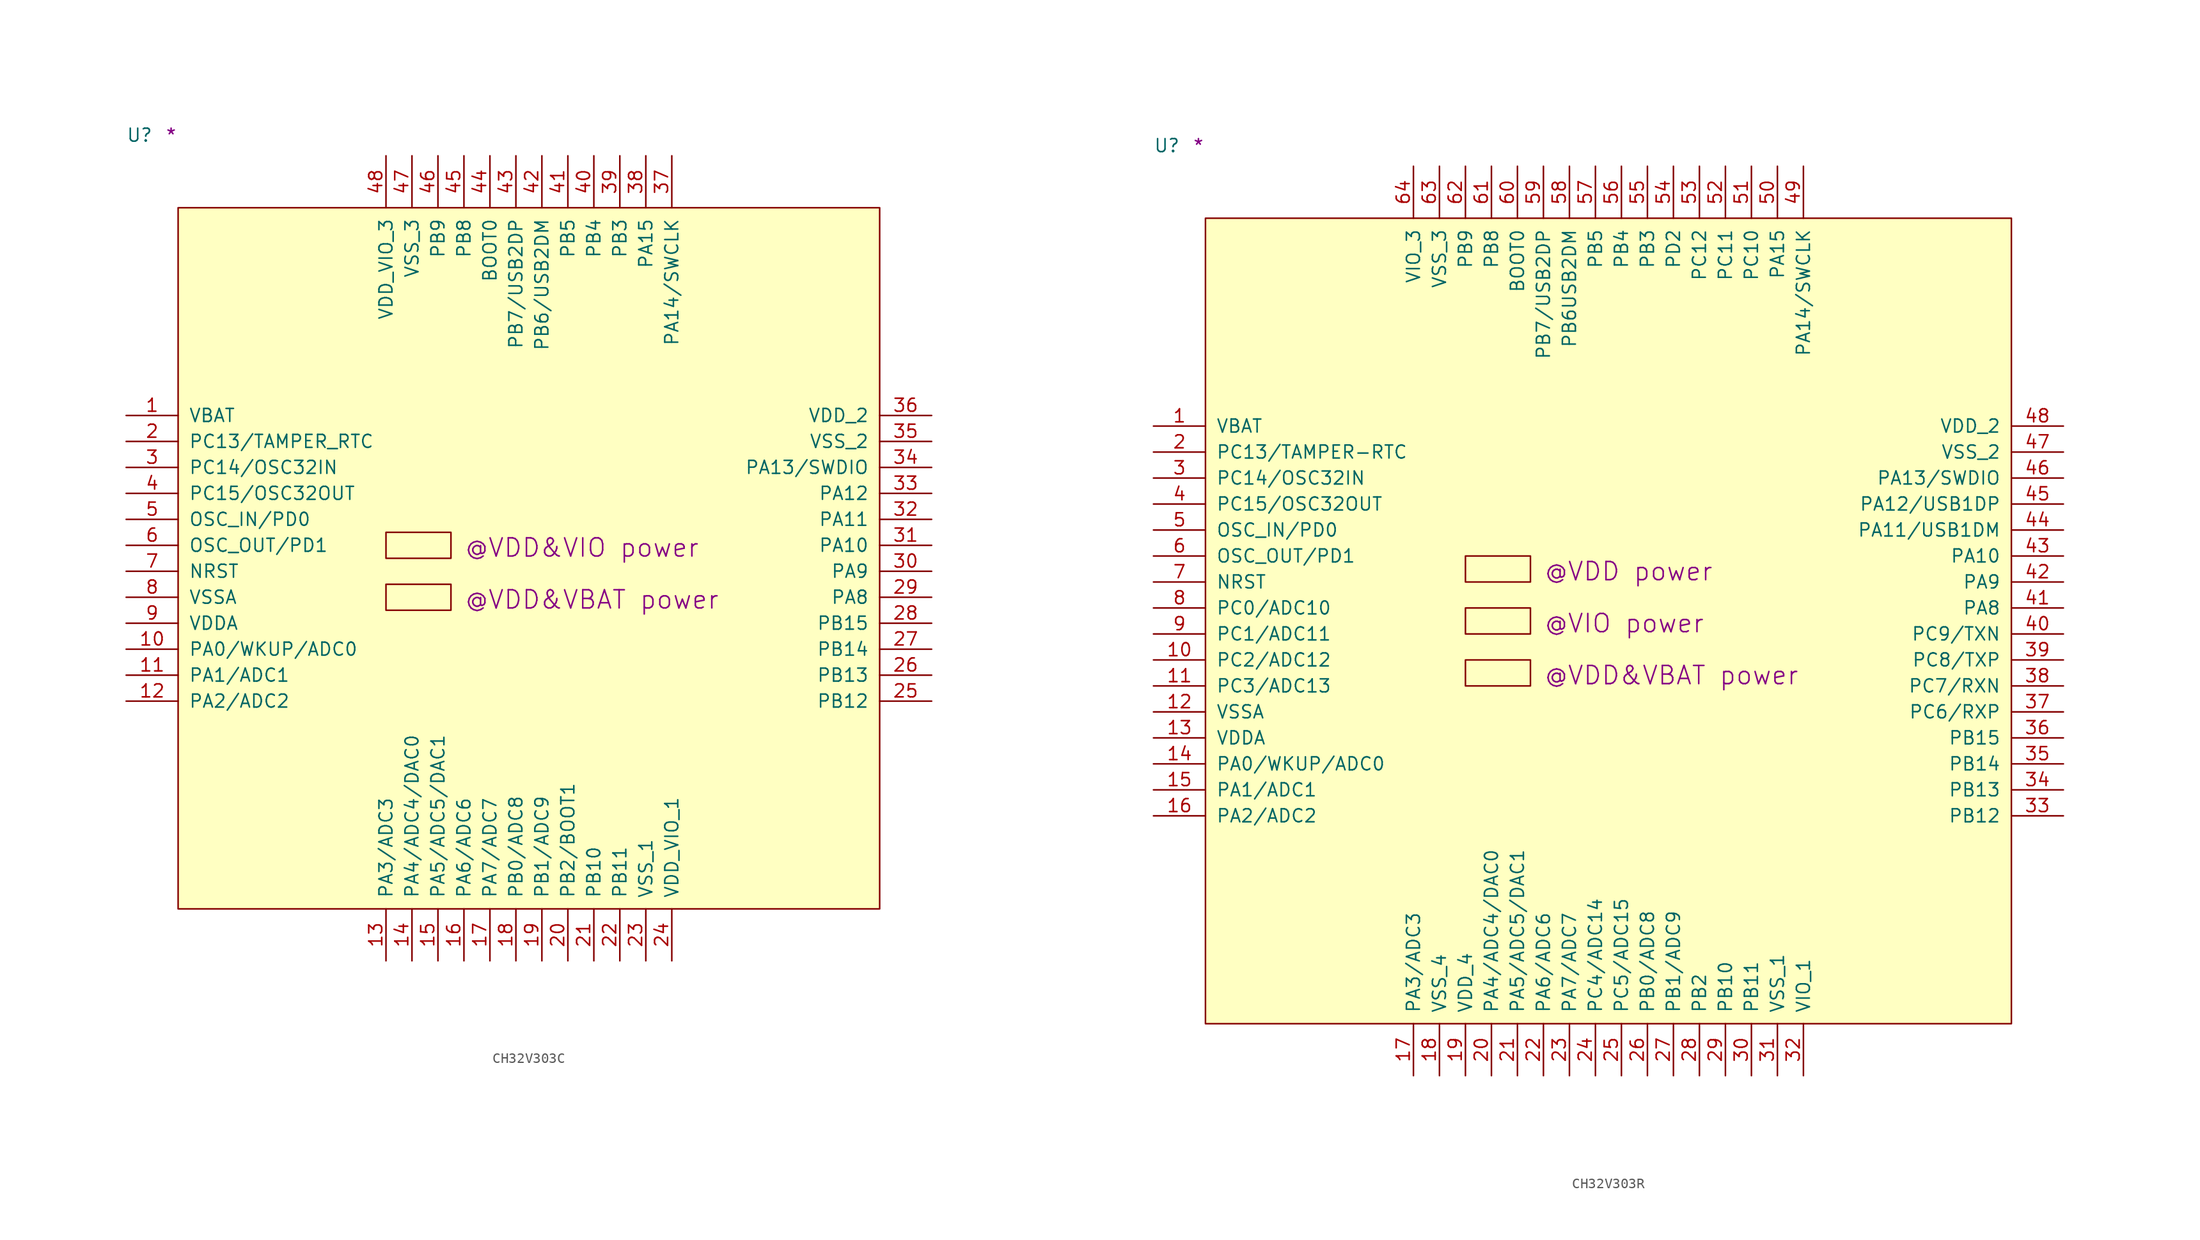
<source format=kicad_sym>
(kicad_symbol_lib
  (version 20211014)
  (generator kicad_symbol_editor)
  (symbol "CH32V303C"
    (pin_names
      (offset 1.016))
    (property "Reference" "U"
      (at -5.08 6.35 0)
      (effects (font (size 1.27 1.27)) (justify left bottom)))
    (property "user" "@VDD&VIO power"
      (at 27.94 -34.29 0)
      (effects (font (size 1.778 1.778)) (justify left bottom)))
    (property "user_1" "@VDD&VBAT power"
      (at 27.94 -39.37 0)
      (effects (font (size 1.778 1.778)) (justify left bottom)))
    (property "Comment" "*"
      (at -1.27 6.35 0)
      (effects (font (size 1.27 1.27)) (justify left bottom)))
    (symbol "CH32V303C_1_1"
      (rectangle (start 0 -68.58) (end 68.58 0) (stroke (width 0) (type default) (color 0 0 0 0)) (fill (type background)))
      (rectangle (start 20.32 -39.37) (end 26.67 -36.83) (stroke (width 0) (type default) (color 0 0 0 0)) (fill (type background)))
      (rectangle (start 20.32 -34.29) (end 26.67 -31.75) (stroke (width 0) (type default) (color 0 0 0 0)) (fill (type background)))
      (pin power_in line (at -5.08 -20.32 0) (length 5.08) (name "VBAT" (effects (font (size 1.27 1.27)))) (number "1" (effects (font (size 1.27 1.27)))))
      (pin bidirectional line (at -5.08 -43.18 0) (length 5.08) (name "PA0/WKUP/ADC0" (effects (font (size 1.27 1.27)))) (number "10" (effects (font (size 1.27 1.27)))))
      (pin bidirectional line (at -5.08 -45.72 0) (length 5.08) (name "PA1/ADC1" (effects (font (size 1.27 1.27)))) (number "11" (effects (font (size 1.27 1.27)))))
      (pin bidirectional line (at -5.08 -48.26 0) (length 5.08) (name "PA2/ADC2" (effects (font (size 1.27 1.27)))) (number "12" (effects (font (size 1.27 1.27)))))
      (pin bidirectional line (at 20.32 -73.66 90) (length 5.08) (name "PA3/ADC3" (effects (font (size 1.27 1.27)))) (number "13" (effects (font (size 1.27 1.27)))))
      (pin bidirectional line (at 22.86 -73.66 90) (length 5.08) (name "PA4/ADC4/DAC0" (effects (font (size 1.27 1.27)))) (number "14" (effects (font (size 1.27 1.27)))))
      (pin bidirectional line (at 25.4 -73.66 90) (length 5.08) (name "PA5/ADC5/DAC1" (effects (font (size 1.27 1.27)))) (number "15" (effects (font (size 1.27 1.27)))))
      (pin bidirectional line (at 27.94 -73.66 90) (length 5.08) (name "PA6/ADC6" (effects (font (size 1.27 1.27)))) (number "16" (effects (font (size 1.27 1.27)))))
      (pin bidirectional line (at 30.48 -73.66 90) (length 5.08) (name "PA7/ADC7" (effects (font (size 1.27 1.27)))) (number "17" (effects (font (size 1.27 1.27)))))
      (pin bidirectional line (at 33.02 -73.66 90) (length 5.08) (name "PB0/ADC8" (effects (font (size 1.27 1.27)))) (number "18" (effects (font (size 1.27 1.27)))))
      (pin bidirectional line (at 35.56 -73.66 90) (length 5.08) (name "PB1/ADC9" (effects (font (size 1.27 1.27)))) (number "19" (effects (font (size 1.27 1.27)))))
      (pin bidirectional line (at -5.08 -22.86 0) (length 5.08) (name "PC13/TAMPER_RTC" (effects (font (size 1.27 1.27)))) (number "2" (effects (font (size 1.27 1.27)))))
      (pin bidirectional line (at 38.1 -73.66 90) (length 5.08) (name "PB2/BOOT1" (effects (font (size 1.27 1.27)))) (number "20" (effects (font (size 1.27 1.27)))))
      (pin bidirectional line (at 40.64 -73.66 90) (length 5.08) (name "PB10" (effects (font (size 1.27 1.27)))) (number "21" (effects (font (size 1.27 1.27)))))
      (pin bidirectional line (at 43.18 -73.66 90) (length 5.08) (name "PB11" (effects (font (size 1.27 1.27)))) (number "22" (effects (font (size 1.27 1.27)))))
      (pin power_in line (at 45.72 -73.66 90) (length 5.08) (name "VSS_1" (effects (font (size 1.27 1.27)))) (number "23" (effects (font (size 1.27 1.27)))))
      (pin power_in line (at 48.26 -73.66 90) (length 5.08) (name "VDD_VIO_1" (effects (font (size 1.27 1.27)))) (number "24" (effects (font (size 1.27 1.27)))))
      (pin bidirectional line (at 73.66 -48.26 180) (length 5.08) (name "PB12" (effects (font (size 1.27 1.27)))) (number "25" (effects (font (size 1.27 1.27)))))
      (pin bidirectional line (at 73.66 -45.72 180) (length 5.08) (name "PB13" (effects (font (size 1.27 1.27)))) (number "26" (effects (font (size 1.27 1.27)))))
      (pin bidirectional line (at 73.66 -43.18 180) (length 5.08) (name "PB14" (effects (font (size 1.27 1.27)))) (number "27" (effects (font (size 1.27 1.27)))))
      (pin bidirectional line (at 73.66 -40.64 180) (length 5.08) (name "PB15" (effects (font (size 1.27 1.27)))) (number "28" (effects (font (size 1.27 1.27)))))
      (pin bidirectional line (at 73.66 -38.1 180) (length 5.08) (name "PA8" (effects (font (size 1.27 1.27)))) (number "29" (effects (font (size 1.27 1.27)))))
      (pin bidirectional line (at -5.08 -25.4 0) (length 5.08) (name "PC14/OSC32IN" (effects (font (size 1.27 1.27)))) (number "3" (effects (font (size 1.27 1.27)))))
      (pin bidirectional line (at 73.66 -35.56 180) (length 5.08) (name "PA9" (effects (font (size 1.27 1.27)))) (number "30" (effects (font (size 1.27 1.27)))))
      (pin bidirectional line (at 73.66 -33.02 180) (length 5.08) (name "PA10" (effects (font (size 1.27 1.27)))) (number "31" (effects (font (size 1.27 1.27)))))
      (pin bidirectional line (at 73.66 -30.48 180) (length 5.08) (name "PA11" (effects (font (size 1.27 1.27)))) (number "32" (effects (font (size 1.27 1.27)))))
      (pin bidirectional line (at 73.66 -27.94 180) (length 5.08) (name "PA12" (effects (font (size 1.27 1.27)))) (number "33" (effects (font (size 1.27 1.27)))))
      (pin bidirectional line (at 73.66 -25.4 180) (length 5.08) (name "PA13/SWDIO" (effects (font (size 1.27 1.27)))) (number "34" (effects (font (size 1.27 1.27)))))
      (pin power_in line (at 73.66 -22.86 180) (length 5.08) (name "VSS_2" (effects (font (size 1.27 1.27)))) (number "35" (effects (font (size 1.27 1.27)))))
      (pin power_in line (at 73.66 -20.32 180) (length 5.08) (name "VDD_2" (effects (font (size 1.27 1.27)))) (number "36" (effects (font (size 1.27 1.27)))))
      (pin bidirectional line (at 48.26 5.08 270) (length 5.08) (name "PA14/SWCLK" (effects (font (size 1.27 1.27)))) (number "37" (effects (font (size 1.27 1.27)))))
      (pin bidirectional line (at 45.72 5.08 270) (length 5.08) (name "PA15" (effects (font (size 1.27 1.27)))) (number "38" (effects (font (size 1.27 1.27)))))
      (pin bidirectional line (at 43.18 5.08 270) (length 5.08) (name "PB3" (effects (font (size 1.27 1.27)))) (number "39" (effects (font (size 1.27 1.27)))))
      (pin bidirectional line (at -5.08 -27.94 0) (length 5.08) (name "PC15/OSC32OUT" (effects (font (size 1.27 1.27)))) (number "4" (effects (font (size 1.27 1.27)))))
      (pin bidirectional line (at 40.64 5.08 270) (length 5.08) (name "PB4" (effects (font (size 1.27 1.27)))) (number "40" (effects (font (size 1.27 1.27)))))
      (pin bidirectional line (at 38.1 5.08 270) (length 5.08) (name "PB5" (effects (font (size 1.27 1.27)))) (number "41" (effects (font (size 1.27 1.27)))))
      (pin bidirectional line (at 35.56 5.08 270) (length 5.08) (name "PB6/USB2DM" (effects (font (size 1.27 1.27)))) (number "42" (effects (font (size 1.27 1.27)))))
      (pin bidirectional line (at 33.02 5.08 270) (length 5.08) (name "PB7/USB2DP" (effects (font (size 1.27 1.27)))) (number "43" (effects (font (size 1.27 1.27)))))
      (pin input line (at 30.48 5.08 270) (length 5.08) (name "BOOT0" (effects (font (size 1.27 1.27)))) (number "44" (effects (font (size 1.27 1.27)))))
      (pin bidirectional line (at 27.94 5.08 270) (length 5.08) (name "PB8" (effects (font (size 1.27 1.27)))) (number "45" (effects (font (size 1.27 1.27)))))
      (pin bidirectional line (at 25.4 5.08 270) (length 5.08) (name "PB9" (effects (font (size 1.27 1.27)))) (number "46" (effects (font (size 1.27 1.27)))))
      (pin power_in line (at 22.86 5.08 270) (length 5.08) (name "VSS_3" (effects (font (size 1.27 1.27)))) (number "47" (effects (font (size 1.27 1.27)))))
      (pin power_in line (at 20.32 5.08 270) (length 5.08) (name "VDD_VIO_3" (effects (font (size 1.27 1.27)))) (number "48" (effects (font (size 1.27 1.27)))))
      (pin input line (at -5.08 -30.48 0) (length 5.08) (name "OSC_IN/PD0" (effects (font (size 1.27 1.27)))) (number "5" (effects (font (size 1.27 1.27)))))
      (pin output line (at -5.08 -33.02 0) (length 5.08) (name "OSC_OUT/PD1" (effects (font (size 1.27 1.27)))) (number "6" (effects (font (size 1.27 1.27)))))
      (pin input line (at -5.08 -35.56 0) (length 5.08) (name "NRST" (effects (font (size 1.27 1.27)))) (number "7" (effects (font (size 1.27 1.27)))))
      (pin power_in line (at -5.08 -38.1 0) (length 5.08) (name "VSSA" (effects (font (size 1.27 1.27)))) (number "8" (effects (font (size 1.27 1.27)))))
      (pin power_in line (at -5.08 -40.64 0) (length 5.08) (name "VDDA" (effects (font (size 1.27 1.27)))) (number "9" (effects (font (size 1.27 1.27)))))))
  (symbol "CH32V303R"
    (pin_names
      (offset 1.016))
    (property "Reference" "U"
      (at -5.08 6.35 0)
      (effects (font (size 1.27 1.27)) (justify left bottom)))
    (property "user" "@VDD power"
      (at 33.02 -35.56 0)
      (effects (font (size 1.778 1.778)) (justify left bottom)))
    (property "user_1" "@VIO power"
      (at 33.02 -40.64 0)
      (effects (font (size 1.778 1.778)) (justify left bottom)))
    (property "user_2" "@VDD&VBAT power"
      (at 33.02 -45.72 0)
      (effects (font (size 1.778 1.778)) (justify left bottom)))
    (property "Comment" "*"
      (at -1.27 6.35 0)
      (effects (font (size 1.27 1.27)) (justify left bottom)))
    (symbol "CH32V303R_1_1"
      (rectangle (start 0 -78.74) (end 78.74 0) (stroke (width 0) (type default) (color 0 0 0 0)) (fill (type background)))
      (rectangle (start 25.4 -45.72) (end 31.75 -43.18) (stroke (width 0) (type default) (color 0 0 0 0)) (fill (type background)))
      (rectangle (start 25.4 -40.64) (end 31.75 -38.1) (stroke (width 0) (type default) (color 0 0 0 0)) (fill (type background)))
      (rectangle (start 25.4 -35.56) (end 31.75 -33.02) (stroke (width 0) (type default) (color 0 0 0 0)) (fill (type background)))
      (pin power_in line (at -5.08 -20.32 0) (length 5.08) (name "VBAT" (effects (font (size 1.27 1.27)))) (number "1" (effects (font (size 1.27 1.27)))))
      (pin bidirectional line (at -5.08 -43.18 0) (length 5.08) (name "PC2/ADC12" (effects (font (size 1.27 1.27)))) (number "10" (effects (font (size 1.27 1.27)))))
      (pin bidirectional line (at -5.08 -45.72 0) (length 5.08) (name "PC3/ADC13" (effects (font (size 1.27 1.27)))) (number "11" (effects (font (size 1.27 1.27)))))
      (pin power_in line (at -5.08 -48.26 0) (length 5.08) (name "VSSA" (effects (font (size 1.27 1.27)))) (number "12" (effects (font (size 1.27 1.27)))))
      (pin power_in line (at -5.08 -50.8 0) (length 5.08) (name "VDDA" (effects (font (size 1.27 1.27)))) (number "13" (effects (font (size 1.27 1.27)))))
      (pin bidirectional line (at -5.08 -53.34 0) (length 5.08) (name "PA0/WKUP/ADC0" (effects (font (size 1.27 1.27)))) (number "14" (effects (font (size 1.27 1.27)))))
      (pin bidirectional line (at -5.08 -55.88 0) (length 5.08) (name "PA1/ADC1" (effects (font (size 1.27 1.27)))) (number "15" (effects (font (size 1.27 1.27)))))
      (pin bidirectional line (at -5.08 -58.42 0) (length 5.08) (name "PA2/ADC2" (effects (font (size 1.27 1.27)))) (number "16" (effects (font (size 1.27 1.27)))))
      (pin bidirectional line (at 20.32 -83.82 90) (length 5.08) (name "PA3/ADC3" (effects (font (size 1.27 1.27)))) (number "17" (effects (font (size 1.27 1.27)))))
      (pin power_in line (at 22.86 -83.82 90) (length 5.08) (name "VSS_4" (effects (font (size 1.27 1.27)))) (number "18" (effects (font (size 1.27 1.27)))))
      (pin power_in line (at 25.4 -83.82 90) (length 5.08) (name "VDD_4" (effects (font (size 1.27 1.27)))) (number "19" (effects (font (size 1.27 1.27)))))
      (pin bidirectional line (at -5.08 -22.86 0) (length 5.08) (name "PC13/TAMPER-RTC" (effects (font (size 1.27 1.27)))) (number "2" (effects (font (size 1.27 1.27)))))
      (pin bidirectional line (at 27.94 -83.82 90) (length 5.08) (name "PA4/ADC4/DAC0" (effects (font (size 1.27 1.27)))) (number "20" (effects (font (size 1.27 1.27)))))
      (pin bidirectional line (at 30.48 -83.82 90) (length 5.08) (name "PA5/ADC5/DAC1" (effects (font (size 1.27 1.27)))) (number "21" (effects (font (size 1.27 1.27)))))
      (pin bidirectional line (at 33.02 -83.82 90) (length 5.08) (name "PA6/ADC6" (effects (font (size 1.27 1.27)))) (number "22" (effects (font (size 1.27 1.27)))))
      (pin bidirectional line (at 35.56 -83.82 90) (length 5.08) (name "PA7/ADC7" (effects (font (size 1.27 1.27)))) (number "23" (effects (font (size 1.27 1.27)))))
      (pin bidirectional line (at 38.1 -83.82 90) (length 5.08) (name "PC4/ADC14" (effects (font (size 1.27 1.27)))) (number "24" (effects (font (size 1.27 1.27)))))
      (pin bidirectional line (at 40.64 -83.82 90) (length 5.08) (name "PC5/ADC15" (effects (font (size 1.27 1.27)))) (number "25" (effects (font (size 1.27 1.27)))))
      (pin bidirectional line (at 43.18 -83.82 90) (length 5.08) (name "PB0/ADC8" (effects (font (size 1.27 1.27)))) (number "26" (effects (font (size 1.27 1.27)))))
      (pin bidirectional line (at 45.72 -83.82 90) (length 5.08) (name "PB1/ADC9" (effects (font (size 1.27 1.27)))) (number "27" (effects (font (size 1.27 1.27)))))
      (pin bidirectional line (at 48.26 -83.82 90) (length 5.08) (name "PB2" (effects (font (size 1.27 1.27)))) (number "28" (effects (font (size 1.27 1.27)))))
      (pin bidirectional line (at 50.8 -83.82 90) (length 5.08) (name "PB10" (effects (font (size 1.27 1.27)))) (number "29" (effects (font (size 1.27 1.27)))))
      (pin bidirectional line (at -5.08 -25.4 0) (length 5.08) (name "PC14/OSC32IN" (effects (font (size 1.27 1.27)))) (number "3" (effects (font (size 1.27 1.27)))))
      (pin bidirectional line (at 53.34 -83.82 90) (length 5.08) (name "PB11" (effects (font (size 1.27 1.27)))) (number "30" (effects (font (size 1.27 1.27)))))
      (pin power_in line (at 55.88 -83.82 90) (length 5.08) (name "VSS_1" (effects (font (size 1.27 1.27)))) (number "31" (effects (font (size 1.27 1.27)))))
      (pin power_in line (at 58.42 -83.82 90) (length 5.08) (name "VIO_1" (effects (font (size 1.27 1.27)))) (number "32" (effects (font (size 1.27 1.27)))))
      (pin bidirectional line (at 83.82 -58.42 180) (length 5.08) (name "PB12" (effects (font (size 1.27 1.27)))) (number "33" (effects (font (size 1.27 1.27)))))
      (pin bidirectional line (at 83.82 -55.88 180) (length 5.08) (name "PB13" (effects (font (size 1.27 1.27)))) (number "34" (effects (font (size 1.27 1.27)))))
      (pin bidirectional line (at 83.82 -53.34 180) (length 5.08) (name "PB14" (effects (font (size 1.27 1.27)))) (number "35" (effects (font (size 1.27 1.27)))))
      (pin bidirectional line (at 83.82 -50.8 180) (length 5.08) (name "PB15" (effects (font (size 1.27 1.27)))) (number "36" (effects (font (size 1.27 1.27)))))
      (pin bidirectional line (at 83.82 -48.26 180) (length 5.08) (name "PC6/RXP" (effects (font (size 1.27 1.27)))) (number "37" (effects (font (size 1.27 1.27)))))
      (pin bidirectional line (at 83.82 -45.72 180) (length 5.08) (name "PC7/RXN" (effects (font (size 1.27 1.27)))) (number "38" (effects (font (size 1.27 1.27)))))
      (pin bidirectional line (at 83.82 -43.18 180) (length 5.08) (name "PC8/TXP" (effects (font (size 1.27 1.27)))) (number "39" (effects (font (size 1.27 1.27)))))
      (pin bidirectional line (at -5.08 -27.94 0) (length 5.08) (name "PC15/OSC32OUT" (effects (font (size 1.27 1.27)))) (number "4" (effects (font (size 1.27 1.27)))))
      (pin bidirectional line (at 83.82 -40.64 180) (length 5.08) (name "PC9/TXN" (effects (font (size 1.27 1.27)))) (number "40" (effects (font (size 1.27 1.27)))))
      (pin bidirectional line (at 83.82 -38.1 180) (length 5.08) (name "PA8" (effects (font (size 1.27 1.27)))) (number "41" (effects (font (size 1.27 1.27)))))
      (pin bidirectional line (at 83.82 -35.56 180) (length 5.08) (name "PA9" (effects (font (size 1.27 1.27)))) (number "42" (effects (font (size 1.27 1.27)))))
      (pin bidirectional line (at 83.82 -33.02 180) (length 5.08) (name "PA10" (effects (font (size 1.27 1.27)))) (number "43" (effects (font (size 1.27 1.27)))))
      (pin bidirectional line (at 83.82 -30.48 180) (length 5.08) (name "PA11/USB1DM" (effects (font (size 1.27 1.27)))) (number "44" (effects (font (size 1.27 1.27)))))
      (pin bidirectional line (at 83.82 -27.94 180) (length 5.08) (name "PA12/USB1DP" (effects (font (size 1.27 1.27)))) (number "45" (effects (font (size 1.27 1.27)))))
      (pin bidirectional line (at 83.82 -25.4 180) (length 5.08) (name "PA13/SWDIO" (effects (font (size 1.27 1.27)))) (number "46" (effects (font (size 1.27 1.27)))))
      (pin power_in line (at 83.82 -22.86 180) (length 5.08) (name "VSS_2" (effects (font (size 1.27 1.27)))) (number "47" (effects (font (size 1.27 1.27)))))
      (pin power_in line (at 83.82 -20.32 180) (length 5.08) (name "VDD_2" (effects (font (size 1.27 1.27)))) (number "48" (effects (font (size 1.27 1.27)))))
      (pin bidirectional line (at 58.42 5.08 270) (length 5.08) (name "PA14/SWCLK" (effects (font (size 1.27 1.27)))) (number "49" (effects (font (size 1.27 1.27)))))
      (pin input line (at -5.08 -30.48 0) (length 5.08) (name "OSC_IN/PD0" (effects (font (size 1.27 1.27)))) (number "5" (effects (font (size 1.27 1.27)))))
      (pin bidirectional line (at 55.88 5.08 270) (length 5.08) (name "PA15" (effects (font (size 1.27 1.27)))) (number "50" (effects (font (size 1.27 1.27)))))
      (pin bidirectional line (at 53.34 5.08 270) (length 5.08) (name "PC10" (effects (font (size 1.27 1.27)))) (number "51" (effects (font (size 1.27 1.27)))))
      (pin bidirectional line (at 50.8 5.08 270) (length 5.08) (name "PC11" (effects (font (size 1.27 1.27)))) (number "52" (effects (font (size 1.27 1.27)))))
      (pin bidirectional line (at 48.26 5.08 270) (length 5.08) (name "PC12" (effects (font (size 1.27 1.27)))) (number "53" (effects (font (size 1.27 1.27)))))
      (pin bidirectional line (at 45.72 5.08 270) (length 5.08) (name "PD2" (effects (font (size 1.27 1.27)))) (number "54" (effects (font (size 1.27 1.27)))))
      (pin bidirectional line (at 43.18 5.08 270) (length 5.08) (name "PB3" (effects (font (size 1.27 1.27)))) (number "55" (effects (font (size 1.27 1.27)))))
      (pin bidirectional line (at 40.64 5.08 270) (length 5.08) (name "PB4" (effects (font (size 1.27 1.27)))) (number "56" (effects (font (size 1.27 1.27)))))
      (pin bidirectional line (at 38.1 5.08 270) (length 5.08) (name "PB5" (effects (font (size 1.27 1.27)))) (number "57" (effects (font (size 1.27 1.27)))))
      (pin bidirectional line (at 35.56 5.08 270) (length 5.08) (name "PB6USB2DM" (effects (font (size 1.27 1.27)))) (number "58" (effects (font (size 1.27 1.27)))))
      (pin bidirectional line (at 33.02 5.08 270) (length 5.08) (name "PB7/USB2DP" (effects (font (size 1.27 1.27)))) (number "59" (effects (font (size 1.27 1.27)))))
      (pin output line (at -5.08 -33.02 0) (length 5.08) (name "OSC_OUT/PD1" (effects (font (size 1.27 1.27)))) (number "6" (effects (font (size 1.27 1.27)))))
      (pin input line (at 30.48 5.08 270) (length 5.08) (name "BOOT0" (effects (font (size 1.27 1.27)))) (number "60" (effects (font (size 1.27 1.27)))))
      (pin bidirectional line (at 27.94 5.08 270) (length 5.08) (name "PB8" (effects (font (size 1.27 1.27)))) (number "61" (effects (font (size 1.27 1.27)))))
      (pin bidirectional line (at 25.4 5.08 270) (length 5.08) (name "PB9" (effects (font (size 1.27 1.27)))) (number "62" (effects (font (size 1.27 1.27)))))
      (pin power_in line (at 22.86 5.08 270) (length 5.08) (name "VSS_3" (effects (font (size 1.27 1.27)))) (number "63" (effects (font (size 1.27 1.27)))))
      (pin power_in line (at 20.32 5.08 270) (length 5.08) (name "VIO_3" (effects (font (size 1.27 1.27)))) (number "64" (effects (font (size 1.27 1.27)))))
      (pin bidirectional line (at -5.08 -35.56 0) (length 5.08) (name "NRST" (effects (font (size 1.27 1.27)))) (number "7" (effects (font (size 1.27 1.27)))))
      (pin bidirectional line (at -5.08 -38.1 0) (length 5.08) (name "PC0/ADC10" (effects (font (size 1.27 1.27)))) (number "8" (effects (font (size 1.27 1.27)))))
      (pin bidirectional line (at -5.08 -40.64 0) (length 5.08) (name "PC1/ADC11" (effects (font (size 1.27 1.27)))) (number "9" (effects (font (size 1.27 1.27))))))))
</source>
